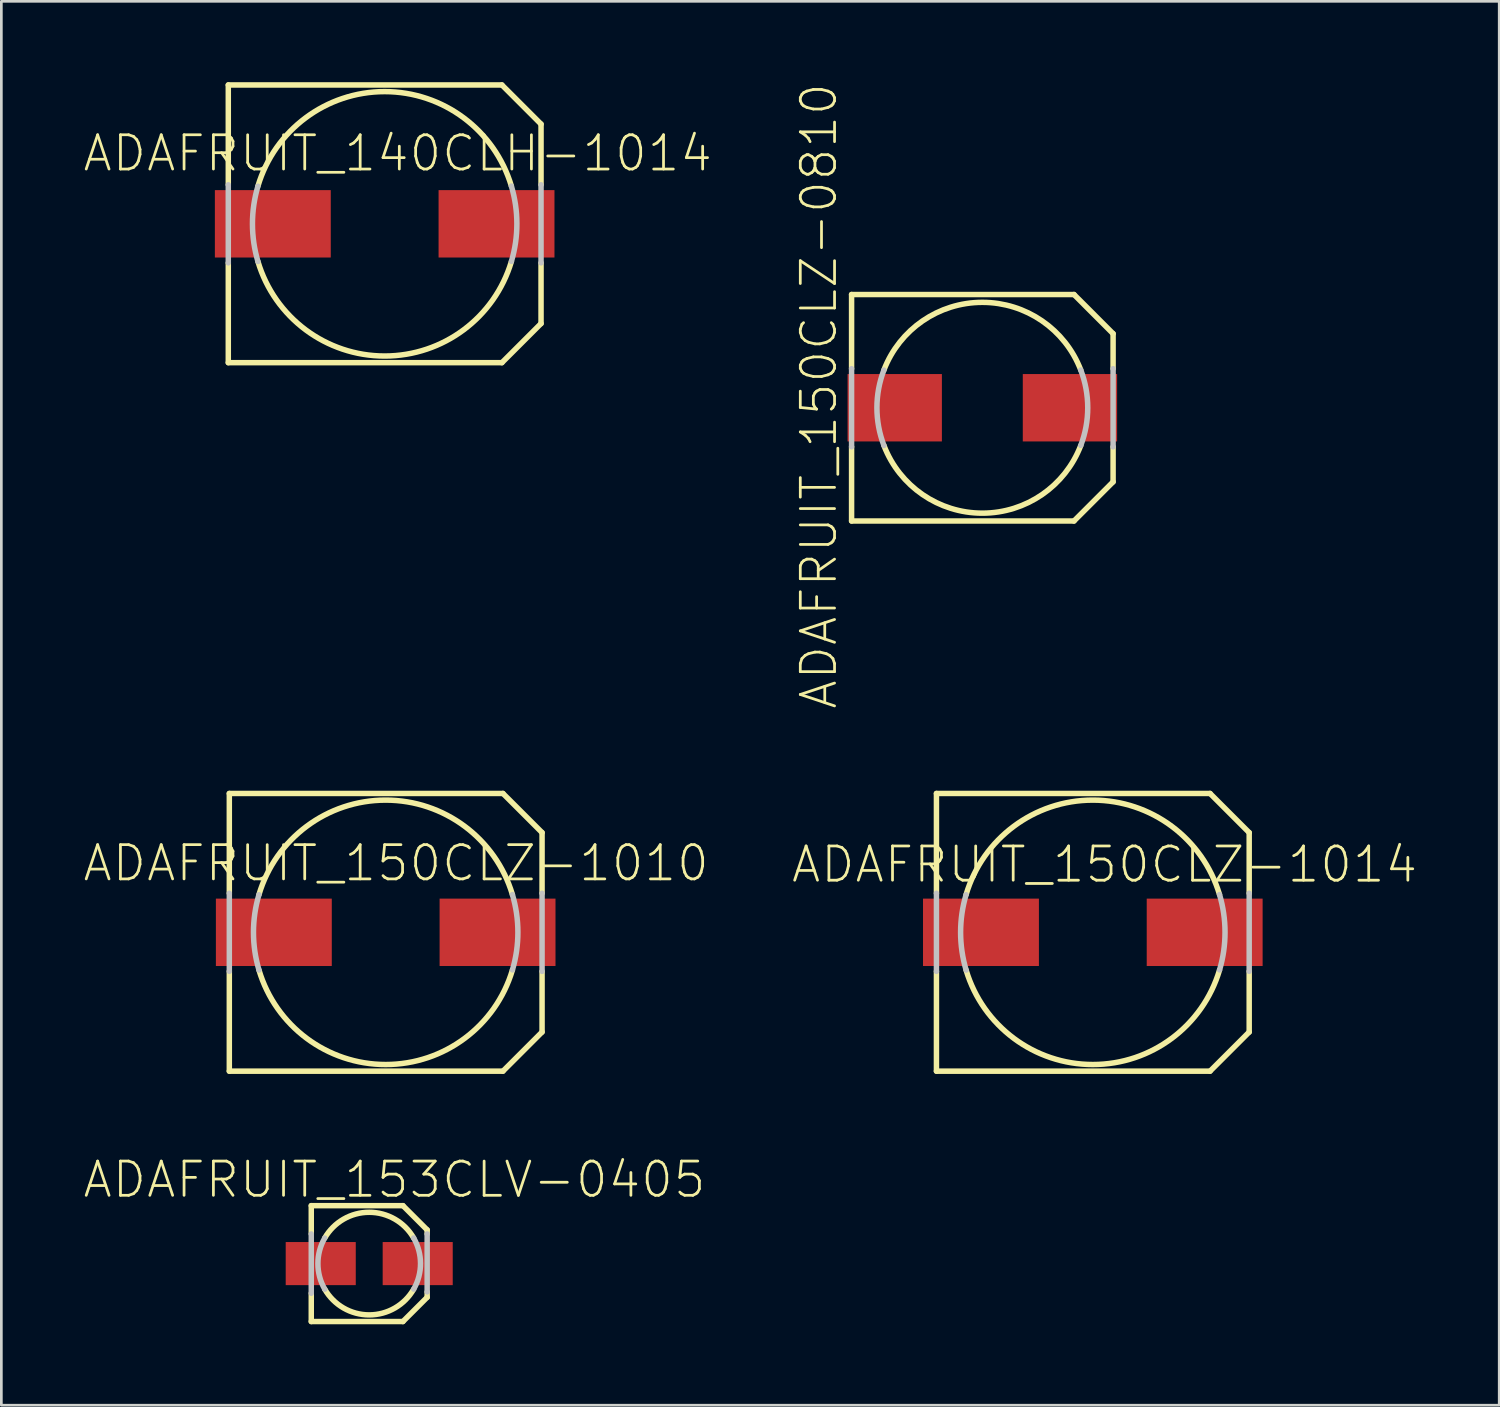
<source format=kicad_pcb>
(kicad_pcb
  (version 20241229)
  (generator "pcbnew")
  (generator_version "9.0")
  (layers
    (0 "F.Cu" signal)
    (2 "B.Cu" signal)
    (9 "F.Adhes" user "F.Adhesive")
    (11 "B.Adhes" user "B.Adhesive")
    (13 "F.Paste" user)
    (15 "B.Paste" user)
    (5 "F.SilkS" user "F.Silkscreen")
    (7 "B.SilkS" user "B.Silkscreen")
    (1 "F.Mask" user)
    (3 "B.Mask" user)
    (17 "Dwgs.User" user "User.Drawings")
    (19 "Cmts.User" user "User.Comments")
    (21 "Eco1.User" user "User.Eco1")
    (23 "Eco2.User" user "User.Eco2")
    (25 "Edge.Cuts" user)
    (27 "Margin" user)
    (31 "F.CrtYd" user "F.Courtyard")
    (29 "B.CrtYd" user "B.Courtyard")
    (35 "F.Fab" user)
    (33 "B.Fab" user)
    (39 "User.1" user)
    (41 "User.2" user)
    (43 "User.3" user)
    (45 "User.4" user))
  (footprint "ADAFRUIT_153CLV-0405"
    (layer "F.Cu")
    (at 10.642 43.809)
    (property "Reference" "ADAFRUIT_153CLV-0405" (at 0.935 -3.114 0) (layer "F.SilkS") (effects (font (size 1.27 1.27) (thickness 0.102))))
    (attr smd)
    (fp_line (start -2.149 -2.149) (end 1.25 -2.149) (stroke (width 0.203) (type solid)) (layer "F.SilkS"))
    (fp_line (start -2.149 -1.1) (end -2.149 -2.149) (stroke (width 0.203) (type solid)) (layer "F.SilkS"))
    (fp_line (start -2.149 2.149) (end -2.149 1.1) (stroke (width 0.203) (type solid)) (layer "F.SilkS"))
    (fp_line (start 1.25 -2.149) (end 2.149 -1.25) (stroke (width 0.203) (type solid)) (layer "F.SilkS"))
    (fp_line (start 1.25 2.149) (end -2.149 2.149) (stroke (width 0.203) (type solid)) (layer "F.SilkS"))
    (fp_line (start 2.149 -1.25) (end 2.149 -1.1) (stroke (width 0.203) (type solid)) (layer "F.SilkS"))
    (fp_line (start 2.149 1.049) (end 2.149 1.25) (stroke (width 0.203) (type solid)) (layer "F.SilkS"))
    (fp_line (start 2.149 1.25) (end 1.25 2.149) (stroke (width 0.203) (type solid)) (layer "F.SilkS"))
    (fp_arc (start -1.64846 -0.94996) (mid 0.00012 -1.902589) (end 1.64858 -0.949752) (stroke (width 0.2032) (type solid)) (layer "F.SilkS"))
    (fp_arc (start 1.64846 0.94996) (mid -0.00012 1.902589) (end -1.64858 0.949752) (stroke (width 0.2032) (type solid)) (layer "F.SilkS"))
    (fp_line (start -2.149 1.1) (end -2.149 -1.1) (stroke (width 0.203) (type solid)) (layer "Dwgs.User"))
    (fp_line (start 2.149 -1.1) (end 2.149 1.049) (stroke (width 0.203) (type solid)) (layer "Dwgs.User"))
    (fp_arc (start -1.64846 0.94996) (mid -1.902588 0.00178) (end -1.650235 -0.946874) (stroke (width 0.2032) (type solid)) (layer "Dwgs.User"))
    (fp_arc (start 1.64846 -0.94996) (mid 1.902588 -0.00178) (end 1.650235 0.946874) (stroke (width 0.2032) (type solid)) (layer "Dwgs.User"))
    (pad "+" smd rect (at 1.798 0) (size 2.598 1.598) (layers "F.Cu" "F.Mask" "F.Paste"))
    (pad "-" smd rect (at -1.798 0) (size 2.598 1.598) (layers "F.Cu" "F.Mask" "F.Paste")))
  (footprint "ADAFRUIT_140CLH-1014"
    (layer "F.Cu")
    (at 11.215 5.25)
    (property "Reference" "ADAFRUIT_140CLH-1014" (at 0.483 -2.614 0) (layer "F.SilkS") (effects (font (size 1.27 1.27) (thickness 0.102))))
    (attr smd)
    (fp_line (start -5.799 -5.149) (end 4.348 -5.149) (stroke (width 0.203) (type solid)) (layer "F.SilkS"))
    (fp_line (start -5.799 -1.448) (end -5.799 -5.149) (stroke (width 0.203) (type solid)) (layer "F.SilkS"))
    (fp_line (start -5.799 5.149) (end -5.799 1.448) (stroke (width 0.203) (type solid)) (layer "F.SilkS"))
    (fp_line (start 4.348 5.149) (end -5.799 5.149) (stroke (width 0.203) (type solid)) (layer "F.SilkS"))
    (fp_line (start 5.799 -3.698) (end 4.348 -5.149) (stroke (width 0.203) (type solid)) (layer "F.SilkS"))
    (fp_line (start 5.799 -3.698) (end 5.799 -1.448) (stroke (width 0.203) (type solid)) (layer "F.SilkS"))
    (fp_line (start 5.799 1.448) (end 5.799 3.698) (stroke (width 0.203) (type solid)) (layer "F.SilkS"))
    (fp_line (start 5.799 3.698) (end 4.348 5.149) (stroke (width 0.203) (type solid)) (layer "F.SilkS"))
    (fp_arc (start -4.699 -1.39954) (mid -0.001239 -4.90299) (end 4.698292 -1.401914) (stroke (width 0.2032) (type solid)) (layer "F.SilkS"))
    (fp_arc (start 4.699 1.39954) (mid 0.001239 4.90299) (end -4.698292 1.401914) (stroke (width 0.2032) (type solid)) (layer "F.SilkS"))
    (fp_line (start -5.799 1.448) (end -5.799 -1.448) (stroke (width 0.203) (type solid)) (layer "Dwgs.User"))
    (fp_line (start 5.799 -1.448) (end 5.799 1.448) (stroke (width 0.203) (type solid)) (layer "Dwgs.User"))
    (fp_arc (start -4.699 1.39954) (mid -4.902989 0.00304) (end -4.700732 -1.393712) (stroke (width 0.2032) (type solid)) (layer "Dwgs.User"))
    (fp_arc (start 4.699 -1.39954) (mid 4.902989 -0.00304) (end 4.700732 1.393712) (stroke (width 0.2032) (type solid)) (layer "Dwgs.User"))
    (pad "+" smd rect (at 4.148 0) (size 4.298 2.499) (layers "F.Cu" "F.Mask" "F.Paste"))
    (pad "-" smd rect (at -4.148 0) (size 4.298 2.499) (layers "F.Cu" "F.Mask" "F.Paste")))
  (footprint "ADAFRUIT_150CLZ-1014"
    (layer "F.Cu")
    (at 37.476 31.524)
    (property "Reference" "ADAFRUIT_150CLZ-1014" (at 0.434 -2.515 0) (layer "F.SilkS") (effects (font (size 1.27 1.27) (thickness 0.102))))
    (attr smd)
    (fp_line (start -5.799 -5.149) (end 4.348 -5.149) (stroke (width 0.203) (type solid)) (layer "F.SilkS"))
    (fp_line (start -5.799 -1.448) (end -5.799 -5.149) (stroke (width 0.203) (type solid)) (layer "F.SilkS"))
    (fp_line (start -5.799 5.149) (end -5.799 1.448) (stroke (width 0.203) (type solid)) (layer "F.SilkS"))
    (fp_line (start 4.348 5.149) (end -5.799 5.149) (stroke (width 0.203) (type solid)) (layer "F.SilkS"))
    (fp_line (start 5.799 -3.698) (end 4.348 -5.149) (stroke (width 0.203) (type solid)) (layer "F.SilkS"))
    (fp_line (start 5.799 -3.698) (end 5.799 -1.448) (stroke (width 0.203) (type solid)) (layer "F.SilkS"))
    (fp_line (start 5.799 1.448) (end 5.799 3.698) (stroke (width 0.203) (type solid)) (layer "F.SilkS"))
    (fp_line (start 5.799 3.698) (end 4.348 5.149) (stroke (width 0.203) (type solid)) (layer "F.SilkS"))
    (fp_arc (start -4.699 -1.39954) (mid -0.001239 -4.90299) (end 4.698292 -1.401914) (stroke (width 0.2032) (type solid)) (layer "F.SilkS"))
    (fp_arc (start 4.699 1.39954) (mid 0.001239 4.90299) (end -4.698292 1.401914) (stroke (width 0.2032) (type solid)) (layer "F.SilkS"))
    (fp_line (start -5.799 1.448) (end -5.799 -1.448) (stroke (width 0.203) (type solid)) (layer "Dwgs.User"))
    (fp_line (start 5.799 -1.448) (end 5.799 1.448) (stroke (width 0.203) (type solid)) (layer "Dwgs.User"))
    (fp_arc (start -4.699 1.39954) (mid -4.902989 0.00304) (end -4.700732 -1.393712) (stroke (width 0.2032) (type solid)) (layer "Dwgs.User"))
    (fp_arc (start 4.699 -1.39954) (mid 4.902989 -0.00304) (end 4.700732 1.393712) (stroke (width 0.2032) (type solid)) (layer "Dwgs.User"))
    (pad "+" smd rect (at 4.148 0) (size 4.298 2.499) (layers "F.Cu" "F.Mask" "F.Paste"))
    (pad "-" smd rect (at -4.148 0) (size 4.298 2.499) (layers "F.Cu" "F.Mask" "F.Paste")))
  (footprint "ADAFRUIT_150CLZ-1010"
    (layer "F.Cu")
    (at 11.253 31.524)
    (property "Reference" "ADAFRUIT_150CLZ-1010" (at 0.384 -2.563 0) (layer "F.SilkS") (effects (font (size 1.27 1.27) (thickness 0.102))))
    (attr smd)
    (fp_line (start -5.799 -5.149) (end 4.348 -5.149) (stroke (width 0.203) (type solid)) (layer "F.SilkS"))
    (fp_line (start -5.799 -1.448) (end -5.799 -5.149) (stroke (width 0.203) (type solid)) (layer "F.SilkS"))
    (fp_line (start -5.799 5.149) (end -5.799 1.448) (stroke (width 0.203) (type solid)) (layer "F.SilkS"))
    (fp_line (start 4.348 5.149) (end -5.799 5.149) (stroke (width 0.203) (type solid)) (layer "F.SilkS"))
    (fp_line (start 5.799 -3.698) (end 4.348 -5.149) (stroke (width 0.203) (type solid)) (layer "F.SilkS"))
    (fp_line (start 5.799 -3.698) (end 5.799 -1.448) (stroke (width 0.203) (type solid)) (layer "F.SilkS"))
    (fp_line (start 5.799 1.448) (end 5.799 3.698) (stroke (width 0.203) (type solid)) (layer "F.SilkS"))
    (fp_line (start 5.799 3.698) (end 4.348 5.149) (stroke (width 0.203) (type solid)) (layer "F.SilkS"))
    (fp_arc (start -4.699 -1.39954) (mid -0.001239 -4.90299) (end 4.698292 -1.401914) (stroke (width 0.2032) (type solid)) (layer "F.SilkS"))
    (fp_arc (start 4.699 1.39954) (mid 0.001239 4.90299) (end -4.698292 1.401914) (stroke (width 0.2032) (type solid)) (layer "F.SilkS"))
    (fp_line (start -5.799 1.448) (end -5.799 -1.448) (stroke (width 0.203) (type solid)) (layer "Dwgs.User"))
    (fp_line (start 5.799 -1.448) (end 5.799 1.448) (stroke (width 0.203) (type solid)) (layer "Dwgs.User"))
    (fp_arc (start -4.699 1.39954) (mid -4.902989 0.00304) (end -4.700732 -1.393712) (stroke (width 0.2032) (type solid)) (layer "Dwgs.User"))
    (fp_arc (start 4.699 -1.39954) (mid 4.902989 -0.00304) (end 4.700732 1.393712) (stroke (width 0.2032) (type solid)) (layer "Dwgs.User"))
    (pad "+" smd rect (at 4.148 0) (size 4.298 2.499) (layers "F.Cu" "F.Mask" "F.Paste"))
    (pad "-" smd rect (at -4.148 0) (size 4.298 2.499) (layers "F.Cu" "F.Mask" "F.Paste")))
  (footprint "ADAFRUIT_150CLZ-0810"
    (layer "F.Cu")
    (at 33.379 12.071)
    (property "Reference" "ADAFRUIT_150CLZ-0810" (at -6.063 -0.434 90) (layer "F.SilkS") (effects (font (size 1.27 1.27) (thickness 0.102))))
    (attr smd)
    (fp_line (start -4.849 -4.199) (end 3.399 -4.199) (stroke (width 0.203) (type solid)) (layer "F.SilkS"))
    (fp_line (start -4.849 -1.448) (end -4.849 -4.199) (stroke (width 0.203) (type solid)) (layer "F.SilkS"))
    (fp_line (start -4.849 4.199) (end -4.849 1.448) (stroke (width 0.203) (type solid)) (layer "F.SilkS"))
    (fp_line (start 3.399 4.199) (end -4.849 4.199) (stroke (width 0.203) (type solid)) (layer "F.SilkS"))
    (fp_line (start 4.849 -2.748) (end 3.399 -4.199) (stroke (width 0.203) (type solid)) (layer "F.SilkS"))
    (fp_line (start 4.849 -2.748) (end 4.849 -1.448) (stroke (width 0.203) (type solid)) (layer "F.SilkS"))
    (fp_line (start 4.849 1.448) (end 4.849 2.748) (stroke (width 0.203) (type solid)) (layer "F.SilkS"))
    (fp_line (start 4.849 2.748) (end 3.399 4.199) (stroke (width 0.203) (type solid)) (layer "F.SilkS"))
    (fp_arc (start -3.64998 -1.39954) (mid -0.001452 -3.9091) (end 3.648939 -1.402252) (stroke (width 0.2032) (type solid)) (layer "F.SilkS"))
    (fp_arc (start 3.64998 1.39954) (mid 0.001452 3.9091) (end -3.648939 1.402252) (stroke (width 0.2032) (type solid)) (layer "F.SilkS"))
    (fp_line (start -4.849 1.448) (end -4.849 -1.448) (stroke (width 0.203) (type solid)) (layer "Dwgs.User"))
    (fp_line (start 4.849 -1.448) (end 4.849 1.448) (stroke (width 0.203) (type solid)) (layer "Dwgs.User"))
    (fp_arc (start -3.64998 1.39954) (mid -3.9091 0.001959) (end -3.651381 -1.395882) (stroke (width 0.2032) (type solid)) (layer "Dwgs.User"))
    (fp_arc (start 3.64998 -1.39954) (mid 3.9091 -0.001959) (end 3.651381 1.395882) (stroke (width 0.2032) (type solid)) (layer "Dwgs.User"))
    (pad "+" smd rect (at 3.249 0) (size 3.498 2.499) (layers "F.Cu" "F.Mask" "F.Paste"))
    (pad "-" smd rect (at -3.249 0) (size 3.498 2.499) (layers "F.Cu" "F.Mask" "F.Paste")))
  (gr_rect
    (start -3 -3)
    (end 52.547 49.06)
    (stroke (width 0.1) (type default))
    (fill no)
    (layer "Edge.Cuts")))
</source>
